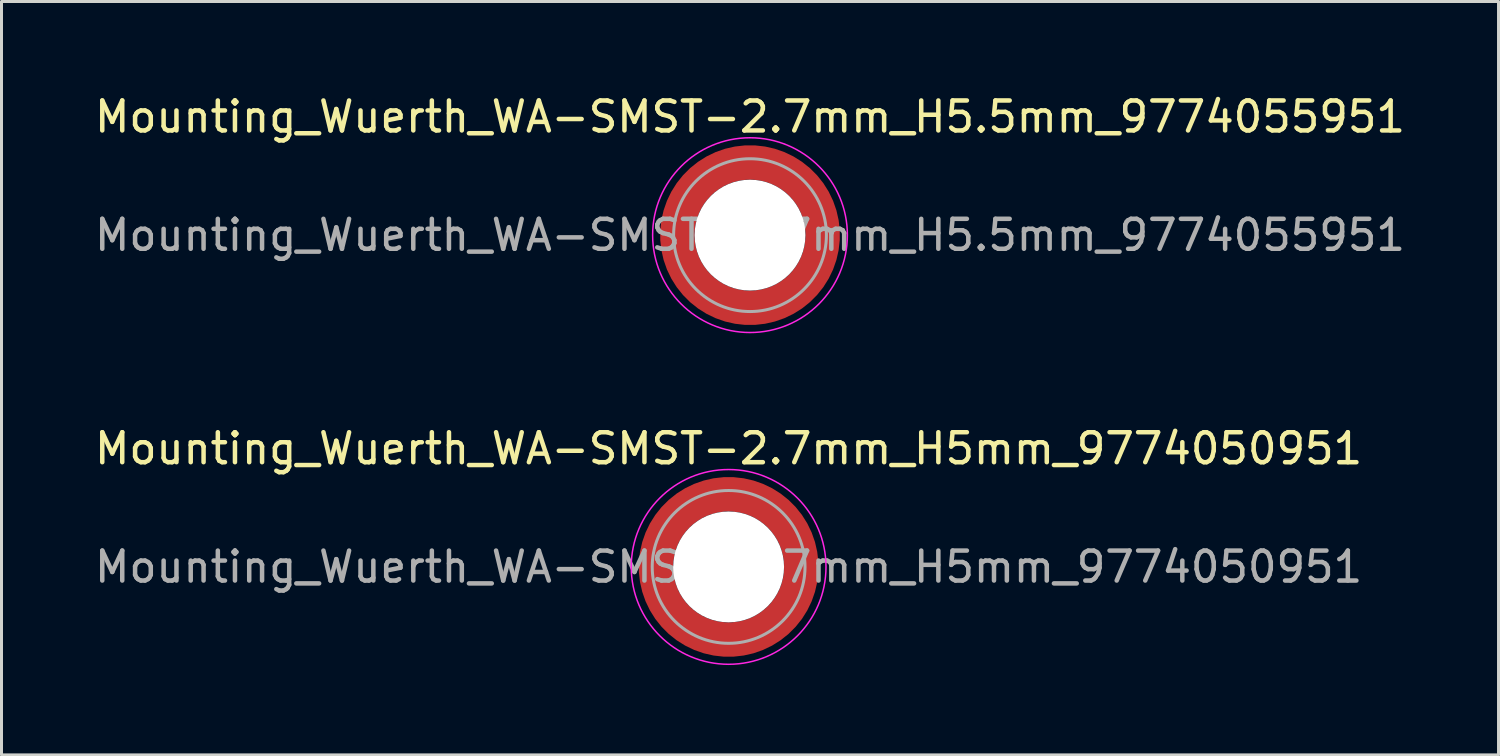
<source format=kicad_pcb>
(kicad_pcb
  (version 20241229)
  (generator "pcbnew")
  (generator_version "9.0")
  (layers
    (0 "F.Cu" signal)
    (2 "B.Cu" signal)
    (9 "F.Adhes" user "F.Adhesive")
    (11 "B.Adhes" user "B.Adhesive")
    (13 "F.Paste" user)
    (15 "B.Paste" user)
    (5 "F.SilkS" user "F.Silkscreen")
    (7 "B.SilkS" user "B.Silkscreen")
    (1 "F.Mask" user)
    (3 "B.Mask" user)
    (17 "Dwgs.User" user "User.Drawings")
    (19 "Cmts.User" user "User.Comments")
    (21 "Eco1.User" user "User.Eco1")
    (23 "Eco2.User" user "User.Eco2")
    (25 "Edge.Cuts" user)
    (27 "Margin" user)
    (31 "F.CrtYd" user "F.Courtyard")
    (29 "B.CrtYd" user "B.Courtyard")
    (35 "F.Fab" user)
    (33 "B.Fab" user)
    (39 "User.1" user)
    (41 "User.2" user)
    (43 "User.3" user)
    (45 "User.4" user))
  (footprint "Mounting_Wuerth_WA-SMST-2.7mm_H5mm_9774050951"
    (layer "F.Cu")
    (at 21.268 15.871)
    (property "Reference" "Mounting_Wuerth_WA-SMST-2.7mm_H5mm_9774050951" (at 0 -3.95 0) (layer "F.SilkS") (effects (font (size 1 1) (thickness 0.15))))
    (attr smd)
    (fp_circle (center 0 0) (end 3.25 0) (stroke (width 0.05) (type solid)) (fill no) (layer "F.CrtYd"))
    (fp_circle (center 0 0) (end 2.55 0) (stroke (width 0.1) (type solid)) (fill no) (layer "F.Fab"))
    (fp_text user "${REFERENCE}" (at 0 0 0) (layer "F.Fab") (effects (font (size 1 1) (thickness 0.15))))
    (pad "" smd custom (at -1.704 -1.704) (size 0.62 0.62) (layers "F.Paste") (options (anchor circle)) (primitives (gr_arc (start -0.250195 1.279127) (mid 0.289146 0.290681) (end 1.277006 -0.249732) (width 0.2)) (gr_arc (start -0.34334 1.279127) (mid 0.224883 0.226093) (end 1.277452 -0.342992) (width 0.2)) (gr_arc (start -0.436309 1.279127) (mid 0.160537 0.16159) (end 1.277666 -0.436018) (width 0.2)) (gr_arc (start -0.529126 1.279127) (mid 0.095932 0.097343) (end 1.277167 -0.528752) (width 0.2)) (gr_arc (start -0.621807 1.279127) (mid 0.0309 0.033527) (end 1.275473 -0.621136) (width 0.2)) (gr_arc (start -0.71437 1.279127) (mid -0.03322 -0.031206) (end 1.276322 -0.713875) (width 0.2)) (gr_arc (start -0.806826 1.279127) (mid -0.097997 -0.095278) (end 1.275336 -0.806181) (width 0.2)) (gr_arc (start -0.899187 1.279127) (mid -0.161977 -0.160149) (end 1.276577 -0.898769) (width 0.2)) (gr_arc (start -0.991463 1.279127) (mid -0.226842 -0.224133) (end 1.275343 -0.990864) (width 0.2)) (gr_arc (start -1.083663 1.279127) (mid -0.291026 -0.288801) (end 1.276016 -1.083187) (width 0.2)) (gr_line (start 1.279 -0.25) (end 1.279 -1.084) (width 0.2)) (gr_line (start -0.25 1.279) (end -1.084 1.279) (width 0.2))))
    (pad "" smd custom (at -1.704 1.704) (size 0.62 0.62) (layers "F.Paste") (options (anchor circle)) (primitives (gr_arc (start 1.279127 0.250195) (mid 0.290681 -0.289146) (end -0.249732 -1.277006) (width 0.2)) (gr_arc (start 1.279127 0.34334) (mid 0.226093 -0.224883) (end -0.342992 -1.277452) (width 0.2)) (gr_arc (start 1.279127 0.436309) (mid 0.16159 -0.160537) (end -0.436018 -1.277666) (width 0.2)) (gr_arc (start 1.279127 0.529126) (mid 0.097343 -0.095932) (end -0.528752 -1.277167) (width 0.2)) (gr_arc (start 1.279127 0.621807) (mid 0.033527 -0.0309) (end -0.621136 -1.275473) (width 0.2)) (gr_arc (start 1.279127 0.71437) (mid -0.031206 0.03322) (end -0.713875 -1.276322) (width 0.2)) (gr_arc (start 1.279127 0.806826) (mid -0.095278 0.097997) (end -0.806181 -1.275336) (width 0.2)) (gr_arc (start 1.279127 0.899187) (mid -0.160149 0.161977) (end -0.898769 -1.276577) (width 0.2)) (gr_arc (start 1.279127 0.991463) (mid -0.224133 0.226842) (end -0.990864 -1.275343) (width 0.2)) (gr_arc (start 1.279127 1.083663) (mid -0.288801 0.291026) (end -1.083187 -1.276016) (width 0.2)) (gr_line (start -0.25 -1.279) (end -1.084 -1.279) (width 0.2)) (gr_line (start 1.279 0.25) (end 1.279 1.084) (width 0.2))))
    (pad "" np_thru_hole circle (at 0 0) (size 3.7 3.7) (drill 3.7) (layers "*.Cu" "*.Mask"))
    (pad "" smd custom (at 1.704 -1.704) (size 0.62 0.62) (layers "F.Paste") (options (anchor circle)) (primitives (gr_arc (start -1.279127 -0.250195) (mid -0.290681 0.289146) (end 0.249732 1.277006) (width 0.2)) (gr_arc (start -1.279127 -0.34334) (mid -0.226093 0.224883) (end 0.342992 1.277452) (width 0.2)) (gr_arc (start -1.279127 -0.436309) (mid -0.16159 0.160537) (end 0.436018 1.277666) (width 0.2)) (gr_arc (start -1.279127 -0.529126) (mid -0.097343 0.095932) (end 0.528752 1.277167) (width 0.2)) (gr_arc (start -1.279127 -0.621807) (mid -0.033527 0.0309) (end 0.621136 1.275473) (width 0.2)) (gr_arc (start -1.279127 -0.71437) (mid 0.031206 -0.03322) (end 0.713875 1.276322) (width 0.2)) (gr_arc (start -1.279127 -0.806826) (mid 0.095278 -0.097997) (end 0.806181 1.275336) (width 0.2)) (gr_arc (start -1.279127 -0.899187) (mid 0.160149 -0.161977) (end 0.898769 1.276577) (width 0.2)) (gr_arc (start -1.279127 -0.991463) (mid 0.224133 -0.226842) (end 0.990864 1.275343) (width 0.2)) (gr_arc (start -1.279127 -1.083663) (mid 0.288801 -0.291026) (end 1.083187 1.276016) (width 0.2)) (gr_line (start 0.25 1.279) (end 1.084 1.279) (width 0.2)) (gr_line (start -1.279 -0.25) (end -1.279 -1.084) (width 0.2))))
    (pad "" smd custom (at 1.704 1.704) (size 0.62 0.62) (layers "F.Paste") (options (anchor circle)) (primitives (gr_arc (start 0.250195 -1.279127) (mid -0.289146 -0.290681) (end -1.277006 0.249732) (width 0.2)) (gr_arc (start 0.34334 -1.279127) (mid -0.224883 -0.226093) (end -1.277452 0.342992) (width 0.2)) (gr_arc (start 0.436309 -1.279127) (mid -0.160537 -0.16159) (end -1.277666 0.436018) (width 0.2)) (gr_arc (start 0.529126 -1.279127) (mid -0.095932 -0.097343) (end -1.277167 0.528752) (width 0.2)) (gr_arc (start 0.621807 -1.279127) (mid -0.0309 -0.033527) (end -1.275473 0.621136) (width 0.2)) (gr_arc (start 0.71437 -1.279127) (mid 0.03322 0.031206) (end -1.276322 0.713875) (width 0.2)) (gr_arc (start 0.806826 -1.279127) (mid 0.097997 0.095278) (end -1.275336 0.806181) (width 0.2)) (gr_arc (start 0.899187 -1.279127) (mid 0.161977 0.160149) (end -1.276577 0.898769) (width 0.2)) (gr_arc (start 0.991463 -1.279127) (mid 0.226842 0.224133) (end -1.275343 0.990864) (width 0.2)) (gr_arc (start 1.083663 -1.279127) (mid 0.291026 0.288801) (end -1.276016 1.083187) (width 0.2)) (gr_line (start -1.279 0.25) (end -1.279 1.084) (width 0.2)) (gr_line (start 0.25 -1.279) (end 1.084 -1.279) (width 0.2))))
    (pad "1" smd circle (at -2.425 0) (size 0.75 0.75) (layers "F.Cu"))
    (pad "1" smd circle (at 0 -2.425) (size 0.75 0.75) (layers "F.Cu"))
    (pad "1" smd circle (at 0 2.425) (size 0.75 0.75) (layers "F.Cu"))
    (pad "1" smd custom (at 2.425 0) (size 0.75 0.75) (layers "F.Cu" "F.Mask") (options (anchor circle)) (primitives (gr_circle (center -2.425 0) (end 0 0) (width 1.15) (fill no)))))
  (footprint "Mounting_Wuerth_WA-SMST-2.7mm_H5.5mm_9774055951"
    (layer "F.Cu")
    (at 21.982 4.798)
    (property "Reference" "Mounting_Wuerth_WA-SMST-2.7mm_H5.5mm_9774055951" (at 0 -3.95 0) (layer "F.SilkS") (effects (font (size 1 1) (thickness 0.15))))
    (attr smd)
    (fp_circle (center 0 0) (end 3.25 0) (stroke (width 0.05) (type solid)) (fill no) (layer "F.CrtYd"))
    (fp_circle (center 0 0) (end 2.55 0) (stroke (width 0.1) (type solid)) (fill no) (layer "F.Fab"))
    (fp_text user "${REFERENCE}" (at 0 0 0) (layer "F.Fab") (effects (font (size 1 1) (thickness 0.15))))
    (pad "" smd custom (at -1.704 -1.704) (size 0.62 0.62) (layers "F.Paste") (options (anchor circle)) (primitives (gr_arc (start -0.250195 1.279127) (mid 0.289146 0.290681) (end 1.277006 -0.249732) (width 0.2)) (gr_arc (start -0.34334 1.279127) (mid 0.224883 0.226093) (end 1.277452 -0.342992) (width 0.2)) (gr_arc (start -0.436309 1.279127) (mid 0.160537 0.16159) (end 1.277666 -0.436018) (width 0.2)) (gr_arc (start -0.529126 1.279127) (mid 0.095932 0.097343) (end 1.277167 -0.528752) (width 0.2)) (gr_arc (start -0.621807 1.279127) (mid 0.0309 0.033527) (end 1.275473 -0.621136) (width 0.2)) (gr_arc (start -0.71437 1.279127) (mid -0.03322 -0.031206) (end 1.276322 -0.713875) (width 0.2)) (gr_arc (start -0.806826 1.279127) (mid -0.097997 -0.095278) (end 1.275336 -0.806181) (width 0.2)) (gr_arc (start -0.899187 1.279127) (mid -0.161977 -0.160149) (end 1.276577 -0.898769) (width 0.2)) (gr_arc (start -0.991463 1.279127) (mid -0.226842 -0.224133) (end 1.275343 -0.990864) (width 0.2)) (gr_arc (start -1.083663 1.279127) (mid -0.291026 -0.288801) (end 1.276016 -1.083187) (width 0.2)) (gr_line (start 1.279 -0.25) (end 1.279 -1.084) (width 0.2)) (gr_line (start -0.25 1.279) (end -1.084 1.279) (width 0.2))))
    (pad "" smd custom (at -1.704 1.704) (size 0.62 0.62) (layers "F.Paste") (options (anchor circle)) (primitives (gr_arc (start 1.279127 0.250195) (mid 0.290681 -0.289146) (end -0.249732 -1.277006) (width 0.2)) (gr_arc (start 1.279127 0.34334) (mid 0.226093 -0.224883) (end -0.342992 -1.277452) (width 0.2)) (gr_arc (start 1.279127 0.436309) (mid 0.16159 -0.160537) (end -0.436018 -1.277666) (width 0.2)) (gr_arc (start 1.279127 0.529126) (mid 0.097343 -0.095932) (end -0.528752 -1.277167) (width 0.2)) (gr_arc (start 1.279127 0.621807) (mid 0.033527 -0.0309) (end -0.621136 -1.275473) (width 0.2)) (gr_arc (start 1.279127 0.71437) (mid -0.031206 0.03322) (end -0.713875 -1.276322) (width 0.2)) (gr_arc (start 1.279127 0.806826) (mid -0.095278 0.097997) (end -0.806181 -1.275336) (width 0.2)) (gr_arc (start 1.279127 0.899187) (mid -0.160149 0.161977) (end -0.898769 -1.276577) (width 0.2)) (gr_arc (start 1.279127 0.991463) (mid -0.224133 0.226842) (end -0.990864 -1.275343) (width 0.2)) (gr_arc (start 1.279127 1.083663) (mid -0.288801 0.291026) (end -1.083187 -1.276016) (width 0.2)) (gr_line (start -0.25 -1.279) (end -1.084 -1.279) (width 0.2)) (gr_line (start 1.279 0.25) (end 1.279 1.084) (width 0.2))))
    (pad "" np_thru_hole circle (at 0 0) (size 3.7 3.7) (drill 3.7) (layers "*.Cu" "*.Mask"))
    (pad "" smd custom (at 1.704 -1.704) (size 0.62 0.62) (layers "F.Paste") (options (anchor circle)) (primitives (gr_arc (start -1.279127 -0.250195) (mid -0.290681 0.289146) (end 0.249732 1.277006) (width 0.2)) (gr_arc (start -1.279127 -0.34334) (mid -0.226093 0.224883) (end 0.342992 1.277452) (width 0.2)) (gr_arc (start -1.279127 -0.436309) (mid -0.16159 0.160537) (end 0.436018 1.277666) (width 0.2)) (gr_arc (start -1.279127 -0.529126) (mid -0.097343 0.095932) (end 0.528752 1.277167) (width 0.2)) (gr_arc (start -1.279127 -0.621807) (mid -0.033527 0.0309) (end 0.621136 1.275473) (width 0.2)) (gr_arc (start -1.279127 -0.71437) (mid 0.031206 -0.03322) (end 0.713875 1.276322) (width 0.2)) (gr_arc (start -1.279127 -0.806826) (mid 0.095278 -0.097997) (end 0.806181 1.275336) (width 0.2)) (gr_arc (start -1.279127 -0.899187) (mid 0.160149 -0.161977) (end 0.898769 1.276577) (width 0.2)) (gr_arc (start -1.279127 -0.991463) (mid 0.224133 -0.226842) (end 0.990864 1.275343) (width 0.2)) (gr_arc (start -1.279127 -1.083663) (mid 0.288801 -0.291026) (end 1.083187 1.276016) (width 0.2)) (gr_line (start 0.25 1.279) (end 1.084 1.279) (width 0.2)) (gr_line (start -1.279 -0.25) (end -1.279 -1.084) (width 0.2))))
    (pad "" smd custom (at 1.704 1.704) (size 0.62 0.62) (layers "F.Paste") (options (anchor circle)) (primitives (gr_arc (start 0.250195 -1.279127) (mid -0.289146 -0.290681) (end -1.277006 0.249732) (width 0.2)) (gr_arc (start 0.34334 -1.279127) (mid -0.224883 -0.226093) (end -1.277452 0.342992) (width 0.2)) (gr_arc (start 0.436309 -1.279127) (mid -0.160537 -0.16159) (end -1.277666 0.436018) (width 0.2)) (gr_arc (start 0.529126 -1.279127) (mid -0.095932 -0.097343) (end -1.277167 0.528752) (width 0.2)) (gr_arc (start 0.621807 -1.279127) (mid -0.0309 -0.033527) (end -1.275473 0.621136) (width 0.2)) (gr_arc (start 0.71437 -1.279127) (mid 0.03322 0.031206) (end -1.276322 0.713875) (width 0.2)) (gr_arc (start 0.806826 -1.279127) (mid 0.097997 0.095278) (end -1.275336 0.806181) (width 0.2)) (gr_arc (start 0.899187 -1.279127) (mid 0.161977 0.160149) (end -1.276577 0.898769) (width 0.2)) (gr_arc (start 0.991463 -1.279127) (mid 0.226842 0.224133) (end -1.275343 0.990864) (width 0.2)) (gr_arc (start 1.083663 -1.279127) (mid 0.291026 0.288801) (end -1.276016 1.083187) (width 0.2)) (gr_line (start -1.279 0.25) (end -1.279 1.084) (width 0.2)) (gr_line (start 0.25 -1.279) (end 1.084 -1.279) (width 0.2))))
    (pad "1" smd circle (at -2.425 0) (size 0.75 0.75) (layers "F.Cu"))
    (pad "1" smd circle (at 0 -2.425) (size 0.75 0.75) (layers "F.Cu"))
    (pad "1" smd circle (at 0 2.425) (size 0.75 0.75) (layers "F.Cu"))
    (pad "1" smd custom (at 2.425 0) (size 0.75 0.75) (layers "F.Cu" "F.Mask") (options (anchor circle)) (primitives (gr_circle (center -2.425 0) (end 0 0) (width 1.15) (fill no)))))
  (gr_rect
    (start -3 -3)
    (end 46.964 22.146)
    (stroke (width 0.1) (type default))
    (fill no)
    (layer "Edge.Cuts")))
</source>
